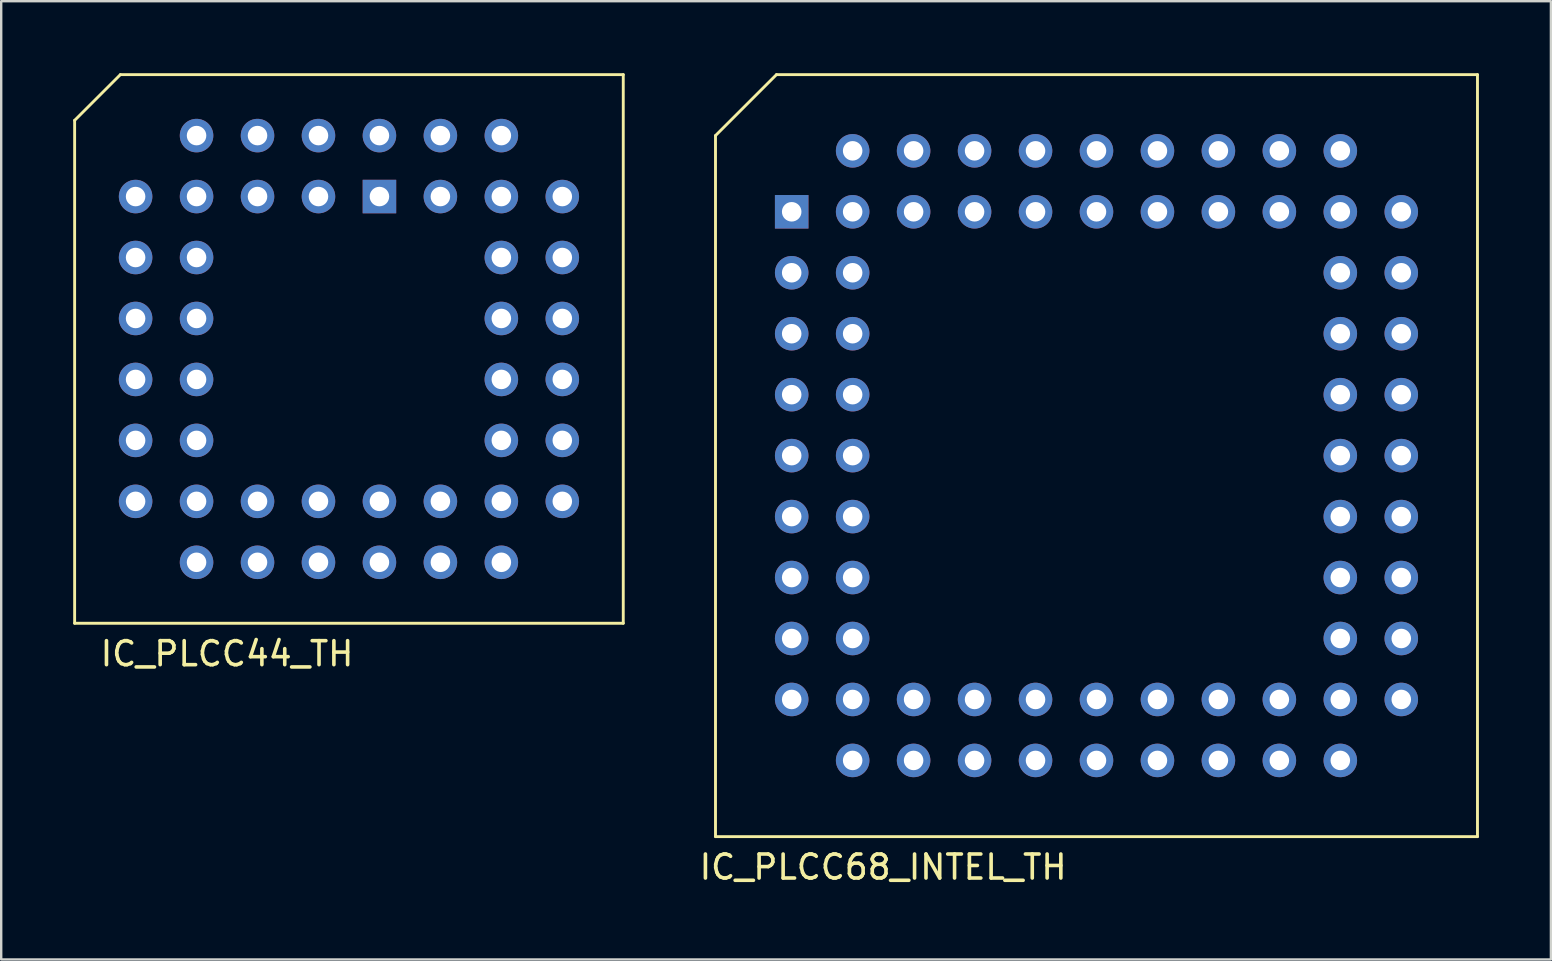
<source format=kicad_pcb>
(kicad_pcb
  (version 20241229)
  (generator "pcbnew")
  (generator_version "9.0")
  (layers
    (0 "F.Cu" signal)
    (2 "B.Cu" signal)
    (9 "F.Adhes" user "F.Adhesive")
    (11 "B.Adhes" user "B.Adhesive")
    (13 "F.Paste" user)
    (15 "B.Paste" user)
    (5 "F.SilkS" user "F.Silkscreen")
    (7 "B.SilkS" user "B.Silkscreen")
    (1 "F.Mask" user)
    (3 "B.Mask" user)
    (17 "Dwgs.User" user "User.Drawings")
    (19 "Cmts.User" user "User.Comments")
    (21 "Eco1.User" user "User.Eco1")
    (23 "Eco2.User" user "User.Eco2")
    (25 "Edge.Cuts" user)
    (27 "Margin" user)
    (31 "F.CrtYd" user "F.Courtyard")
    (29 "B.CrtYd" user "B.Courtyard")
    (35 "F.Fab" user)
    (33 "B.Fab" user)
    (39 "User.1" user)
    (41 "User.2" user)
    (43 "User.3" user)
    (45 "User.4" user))
  (footprint "IC_PLCC68_INTEL_TH"
    (layer "F.Cu")
    (at 42.638 15.935)
    (property "Reference" "IC_PLCC68_INTEL_TH" (at -8.89 17.145 0) (layer "F.SilkS") (effects (font (size 1 1) (thickness 0.15))))
    (attr through_hole)
    (fp_line (start -15.875 -13.335) (end -15.875 15.875) (stroke (width 0.12) (type solid)) (layer "F.SilkS"))
    (fp_line (start -15.875 -13.335) (end -13.335 -15.875) (stroke (width 0.12) (type solid)) (layer "F.SilkS"))
    (fp_line (start -13.335 -15.875) (end 15.875 -15.875) (stroke (width 0.12) (type solid)) (layer "F.SilkS"))
    (fp_line (start 15.875 -15.875) (end 15.875 15.875) (stroke (width 0.12) (type solid)) (layer "F.SilkS"))
    (fp_line (start 15.875 15.875) (end -15.875 15.875) (stroke (width 0.12) (type solid)) (layer "F.SilkS"))
    (pad "1" thru_hole rect (at -12.7 -10.16 270) (size 1.397 1.397) (drill 0.813) (layers "*.Cu" "*.Mask"))
    (pad "2" thru_hole circle (at -10.16 -10.16 270) (size 1.397 1.397) (drill 0.813) (layers "*.Cu" "*.Mask"))
    (pad "3" thru_hole circle (at -12.7 -7.62 270) (size 1.397 1.397) (drill 0.813) (layers "*.Cu" "*.Mask"))
    (pad "4" thru_hole circle (at -10.16 -7.62 270) (size 1.397 1.397) (drill 0.813) (layers "*.Cu" "*.Mask"))
    (pad "5" thru_hole circle (at -12.7 -5.08 270) (size 1.397 1.397) (drill 0.813) (layers "*.Cu" "*.Mask"))
    (pad "6" thru_hole circle (at -10.16 -5.08 270) (size 1.397 1.397) (drill 0.813) (layers "*.Cu" "*.Mask"))
    (pad "7" thru_hole circle (at -12.7 -2.54 270) (size 1.397 1.397) (drill 0.813) (layers "*.Cu" "*.Mask"))
    (pad "8" thru_hole circle (at -10.16 -2.54 270) (size 1.397 1.397) (drill 0.813) (layers "*.Cu" "*.Mask"))
    (pad "9" thru_hole circle (at -12.7 0 270) (size 1.397 1.397) (drill 0.813) (layers "*.Cu" "*.Mask"))
    (pad "10" thru_hole circle (at -10.16 0 270) (size 1.397 1.397) (drill 0.813) (layers "*.Cu" "*.Mask"))
    (pad "11" thru_hole circle (at -12.7 2.54 270) (size 1.397 1.397) (drill 0.813) (layers "*.Cu" "*.Mask"))
    (pad "12" thru_hole circle (at -10.16 2.54 270) (size 1.397 1.397) (drill 0.813) (layers "*.Cu" "*.Mask"))
    (pad "13" thru_hole circle (at -12.7 5.08 270) (size 1.397 1.397) (drill 0.813) (layers "*.Cu" "*.Mask"))
    (pad "14" thru_hole circle (at -10.16 5.08 270) (size 1.397 1.397) (drill 0.813) (layers "*.Cu" "*.Mask"))
    (pad "15" thru_hole circle (at -12.7 7.62 270) (size 1.397 1.397) (drill 0.813) (layers "*.Cu" "*.Mask"))
    (pad "16" thru_hole circle (at -10.16 7.62 270) (size 1.397 1.397) (drill 0.813) (layers "*.Cu" "*.Mask"))
    (pad "17" thru_hole circle (at -12.7 10.16 270) (size 1.397 1.397) (drill 0.813) (layers "*.Cu" "*.Mask"))
    (pad "18" thru_hole circle (at -10.16 12.7 270) (size 1.397 1.397) (drill 0.813) (layers "*.Cu" "*.Mask"))
    (pad "19" thru_hole circle (at -10.16 10.16 270) (size 1.397 1.397) (drill 0.813) (layers "*.Cu" "*.Mask"))
    (pad "20" thru_hole circle (at -7.62 12.7) (size 1.397 1.397) (drill 0.813) (layers "*.Cu" "*.Mask"))
    (pad "21" thru_hole circle (at -7.62 10.16) (size 1.397 1.397) (drill 0.813) (layers "*.Cu" "*.Mask"))
    (pad "22" thru_hole circle (at -5.08 12.7) (size 1.397 1.397) (drill 0.813) (layers "*.Cu" "*.Mask"))
    (pad "23" thru_hole circle (at -5.08 10.16) (size 1.397 1.397) (drill 0.813) (layers "*.Cu" "*.Mask"))
    (pad "24" thru_hole circle (at -2.54 12.7) (size 1.397 1.397) (drill 0.813) (layers "*.Cu" "*.Mask"))
    (pad "25" thru_hole circle (at -2.54 10.16) (size 1.397 1.397) (drill 0.813) (layers "*.Cu" "*.Mask"))
    (pad "26" thru_hole circle (at 0 12.7 270) (size 1.397 1.397) (drill 0.813) (layers "*.Cu" "*.Mask"))
    (pad "27" thru_hole circle (at 0 10.16 270) (size 1.397 1.397) (drill 0.813) (layers "*.Cu" "*.Mask"))
    (pad "28" thru_hole circle (at 2.54 12.7 270) (size 1.397 1.397) (drill 0.813) (layers "*.Cu" "*.Mask"))
    (pad "29" thru_hole circle (at 2.54 10.16 270) (size 1.397 1.397) (drill 0.813) (layers "*.Cu" "*.Mask"))
    (pad "30" thru_hole circle (at 5.08 12.7 270) (size 1.397 1.397) (drill 0.813) (layers "*.Cu" "*.Mask"))
    (pad "31" thru_hole circle (at 5.08 10.16 270) (size 1.397 1.397) (drill 0.813) (layers "*.Cu" "*.Mask"))
    (pad "32" thru_hole circle (at 7.62 12.7 270) (size 1.397 1.397) (drill 0.813) (layers "*.Cu" "*.Mask"))
    (pad "33" thru_hole circle (at 7.62 10.16) (size 1.397 1.397) (drill 0.813) (layers "*.Cu" "*.Mask"))
    (pad "34" thru_hole circle (at 10.16 12.7) (size 1.397 1.397) (drill 0.813) (layers "*.Cu" "*.Mask"))
    (pad "35" thru_hole circle (at 12.7 10.16) (size 1.397 1.397) (drill 0.813) (layers "*.Cu" "*.Mask"))
    (pad "36" thru_hole circle (at 10.16 10.16) (size 1.397 1.397) (drill 0.813) (layers "*.Cu" "*.Mask"))
    (pad "37" thru_hole circle (at 12.7 7.62) (size 1.397 1.397) (drill 0.813) (layers "*.Cu" "*.Mask"))
    (pad "38" thru_hole circle (at 10.16 7.62) (size 1.397 1.397) (drill 0.813) (layers "*.Cu" "*.Mask"))
    (pad "39" thru_hole circle (at 12.7 5.08) (size 1.397 1.397) (drill 0.813) (layers "*.Cu" "*.Mask"))
    (pad "40" thru_hole circle (at 10.16 5.08) (size 1.397 1.397) (drill 0.813) (layers "*.Cu" "*.Mask"))
    (pad "41" thru_hole circle (at 12.7 2.54) (size 1.397 1.397) (drill 0.813) (layers "*.Cu" "*.Mask"))
    (pad "42" thru_hole circle (at 10.16 2.54) (size 1.397 1.397) (drill 0.813) (layers "*.Cu" "*.Mask"))
    (pad "43" thru_hole circle (at 12.7 0 270) (size 1.397 1.397) (drill 0.813) (layers "*.Cu" "*.Mask"))
    (pad "44" thru_hole circle (at 10.16 0 270) (size 1.397 1.397) (drill 0.813) (layers "*.Cu" "*.Mask"))
    (pad "45" thru_hole circle (at 12.7 -2.54 270) (size 1.397 1.397) (drill 0.813) (layers "*.Cu" "*.Mask"))
    (pad "46" thru_hole circle (at 10.16 -2.54 270) (size 1.397 1.397) (drill 0.813) (layers "*.Cu" "*.Mask"))
    (pad "47" thru_hole circle (at 12.7 -5.08 270) (size 1.397 1.397) (drill 0.813) (layers "*.Cu" "*.Mask"))
    (pad "48" thru_hole circle (at 10.16 -5.08 270) (size 1.397 1.397) (drill 0.813) (layers "*.Cu" "*.Mask"))
    (pad "49" thru_hole circle (at 12.7 -7.62 270) (size 1.397 1.397) (drill 0.813) (layers "*.Cu" "*.Mask"))
    (pad "50" thru_hole circle (at 10.16 -7.62 270) (size 1.397 1.397) (drill 0.813) (layers "*.Cu" "*.Mask"))
    (pad "51" thru_hole circle (at 12.7 -10.16 270) (size 1.397 1.397) (drill 0.813) (layers "*.Cu" "*.Mask"))
    (pad "52" thru_hole circle (at 10.16 -12.7) (size 1.397 1.397) (drill 0.813) (layers "*.Cu" "*.Mask"))
    (pad "53" thru_hole circle (at 10.16 -10.16) (size 1.397 1.397) (drill 0.813) (layers "*.Cu" "*.Mask"))
    (pad "54" thru_hole circle (at 7.62 -12.7) (size 1.397 1.397) (drill 0.813) (layers "*.Cu" "*.Mask"))
    (pad "55" thru_hole circle (at 7.62 -10.16) (size 1.397 1.397) (drill 0.813) (layers "*.Cu" "*.Mask"))
    (pad "56" thru_hole circle (at 5.08 -12.7) (size 1.397 1.397) (drill 0.813) (layers "*.Cu" "*.Mask"))
    (pad "57" thru_hole circle (at 5.08 -10.16) (size 1.397 1.397) (drill 0.813) (layers "*.Cu" "*.Mask"))
    (pad "58" thru_hole circle (at 2.54 -12.7) (size 1.397 1.397) (drill 0.813) (layers "*.Cu" "*.Mask"))
    (pad "59" thru_hole circle (at 2.54 -10.16) (size 1.397 1.397) (drill 0.813) (layers "*.Cu" "*.Mask"))
    (pad "60" thru_hole circle (at 0 -12.7 270) (size 1.397 1.397) (drill 0.813) (layers "*.Cu" "*.Mask"))
    (pad "61" thru_hole circle (at 0 -10.16 270) (size 1.397 1.397) (drill 0.813) (layers "*.Cu" "*.Mask"))
    (pad "62" thru_hole circle (at -2.54 -12.7 270) (size 1.397 1.397) (drill 0.813) (layers "*.Cu" "*.Mask"))
    (pad "63" thru_hole circle (at -2.54 -10.16 270) (size 1.397 1.397) (drill 0.813) (layers "*.Cu" "*.Mask"))
    (pad "64" thru_hole circle (at -5.08 -12.7 270) (size 1.397 1.397) (drill 0.813) (layers "*.Cu" "*.Mask"))
    (pad "65" thru_hole circle (at -5.08 -10.16 270) (size 1.397 1.397) (drill 0.813) (layers "*.Cu" "*.Mask"))
    (pad "66" thru_hole circle (at -7.62 -12.7 270) (size 1.397 1.397) (drill 0.813) (layers "*.Cu" "*.Mask"))
    (pad "67" thru_hole circle (at -7.62 -10.16 270) (size 1.397 1.397) (drill 0.813) (layers "*.Cu" "*.Mask"))
    (pad "68" thru_hole circle (at -10.16 -12.7 270) (size 1.397 1.397) (drill 0.813) (layers "*.Cu" "*.Mask")))
  (footprint "IC_PLCC44_TH"
    (layer "F.Cu")
    (at 11.49 11.49)
    (property "Reference" "IC_PLCC44_TH" (at -5.08 12.7 0) (layer "F.SilkS") (effects (font (size 1 1) (thickness 0.15))))
    (attr through_hole)
    (fp_line (start -11.43 -9.525) (end -9.525 -11.43) (stroke (width 0.12) (type solid)) (layer "F.SilkS"))
    (fp_line (start -11.43 11.43) (end -11.43 -9.525) (stroke (width 0.12) (type solid)) (layer "F.SilkS"))
    (fp_line (start -9.525 -11.43) (end 11.43 -11.43) (stroke (width 0.12) (type solid)) (layer "F.SilkS"))
    (fp_line (start 11.43 -11.43) (end 11.43 11.43) (stroke (width 0.12) (type solid)) (layer "F.SilkS"))
    (fp_line (start 11.43 11.43) (end -11.43 11.43) (stroke (width 0.12) (type solid)) (layer "F.SilkS"))
    (pad "1" thru_hole rect (at 1.27 -6.35 270) (size 1.397 1.397) (drill 0.813) (layers "*.Cu" "*.Mask"))
    (pad "2" thru_hole circle (at -1.27 -8.89 270) (size 1.397 1.397) (drill 0.813) (layers "*.Cu" "*.Mask"))
    (pad "3" thru_hole circle (at -1.27 -6.35 270) (size 1.397 1.397) (drill 0.813) (layers "*.Cu" "*.Mask"))
    (pad "4" thru_hole circle (at -3.81 -8.89 270) (size 1.397 1.397) (drill 0.813) (layers "*.Cu" "*.Mask"))
    (pad "5" thru_hole circle (at -3.81 -6.35 270) (size 1.397 1.397) (drill 0.813) (layers "*.Cu" "*.Mask"))
    (pad "6" thru_hole circle (at -6.35 -8.89 270) (size 1.397 1.397) (drill 0.813) (layers "*.Cu" "*.Mask"))
    (pad "7" thru_hole circle (at -8.89 -6.35 270) (size 1.397 1.397) (drill 0.813) (layers "*.Cu" "*.Mask"))
    (pad "8" thru_hole circle (at -6.35 -6.35 270) (size 1.397 1.397) (drill 0.813) (layers "*.Cu" "*.Mask"))
    (pad "9" thru_hole circle (at -8.89 -3.81 270) (size 1.397 1.397) (drill 0.813) (layers "*.Cu" "*.Mask"))
    (pad "10" thru_hole circle (at -6.35 -3.81 270) (size 1.397 1.397) (drill 0.813) (layers "*.Cu" "*.Mask"))
    (pad "11" thru_hole circle (at -8.89 -1.27 270) (size 1.397 1.397) (drill 0.813) (layers "*.Cu" "*.Mask"))
    (pad "12" thru_hole circle (at -6.35 -1.27 270) (size 1.397 1.397) (drill 0.813) (layers "*.Cu" "*.Mask"))
    (pad "13" thru_hole circle (at -8.89 1.27 270) (size 1.397 1.397) (drill 0.813) (layers "*.Cu" "*.Mask"))
    (pad "14" thru_hole circle (at -6.35 1.27 270) (size 1.397 1.397) (drill 0.813) (layers "*.Cu" "*.Mask"))
    (pad "15" thru_hole circle (at -8.89 3.81 270) (size 1.397 1.397) (drill 0.813) (layers "*.Cu" "*.Mask"))
    (pad "16" thru_hole circle (at -6.35 3.81 270) (size 1.397 1.397) (drill 0.813) (layers "*.Cu" "*.Mask"))
    (pad "17" thru_hole circle (at -8.89 6.35 270) (size 1.397 1.397) (drill 0.813) (layers "*.Cu" "*.Mask"))
    (pad "18" thru_hole circle (at -6.35 8.89 270) (size 1.397 1.397) (drill 0.813) (layers "*.Cu" "*.Mask"))
    (pad "19" thru_hole circle (at -6.35 6.35 270) (size 1.397 1.397) (drill 0.813) (layers "*.Cu" "*.Mask"))
    (pad "20" thru_hole circle (at -3.81 8.89 270) (size 1.397 1.397) (drill 0.813) (layers "*.Cu" "*.Mask"))
    (pad "21" thru_hole circle (at -3.81 6.35 270) (size 1.397 1.397) (drill 0.813) (layers "*.Cu" "*.Mask"))
    (pad "22" thru_hole circle (at -1.27 8.89 270) (size 1.397 1.397) (drill 0.813) (layers "*.Cu" "*.Mask"))
    (pad "23" thru_hole circle (at -1.27 6.35 270) (size 1.397 1.397) (drill 0.813) (layers "*.Cu" "*.Mask"))
    (pad "24" thru_hole circle (at 1.27 8.89 270) (size 1.397 1.397) (drill 0.813) (layers "*.Cu" "*.Mask"))
    (pad "25" thru_hole circle (at 1.27 6.35 270) (size 1.397 1.397) (drill 0.813) (layers "*.Cu" "*.Mask"))
    (pad "26" thru_hole circle (at 3.81 8.89 270) (size 1.397 1.397) (drill 0.813) (layers "*.Cu" "*.Mask"))
    (pad "27" thru_hole circle (at 3.81 6.35 270) (size 1.397 1.397) (drill 0.813) (layers "*.Cu" "*.Mask"))
    (pad "28" thru_hole circle (at 6.35 8.89 270) (size 1.397 1.397) (drill 0.813) (layers "*.Cu" "*.Mask"))
    (pad "29" thru_hole circle (at 8.89 6.35 270) (size 1.397 1.397) (drill 0.813) (layers "*.Cu" "*.Mask"))
    (pad "30" thru_hole circle (at 6.35 6.35 270) (size 1.397 1.397) (drill 0.813) (layers "*.Cu" "*.Mask"))
    (pad "31" thru_hole circle (at 8.89 3.81 270) (size 1.397 1.397) (drill 0.813) (layers "*.Cu" "*.Mask"))
    (pad "32" thru_hole circle (at 6.35 3.81 270) (size 1.397 1.397) (drill 0.813) (layers "*.Cu" "*.Mask"))
    (pad "33" thru_hole circle (at 8.89 1.27 270) (size 1.397 1.397) (drill 0.813) (layers "*.Cu" "*.Mask"))
    (pad "34" thru_hole circle (at 6.35 1.27 270) (size 1.397 1.397) (drill 0.813) (layers "*.Cu" "*.Mask"))
    (pad "35" thru_hole circle (at 8.89 -1.27 270) (size 1.397 1.397) (drill 0.813) (layers "*.Cu" "*.Mask"))
    (pad "36" thru_hole circle (at 6.35 -1.27 270) (size 1.397 1.397) (drill 0.813) (layers "*.Cu" "*.Mask"))
    (pad "37" thru_hole circle (at 8.89 -3.81 270) (size 1.397 1.397) (drill 0.813) (layers "*.Cu" "*.Mask"))
    (pad "38" thru_hole circle (at 6.35 -3.81 270) (size 1.397 1.397) (drill 0.813) (layers "*.Cu" "*.Mask"))
    (pad "39" thru_hole circle (at 8.89 -6.35 270) (size 1.397 1.397) (drill 0.813) (layers "*.Cu" "*.Mask"))
    (pad "40" thru_hole circle (at 6.35 -8.89 270) (size 1.397 1.397) (drill 0.813) (layers "*.Cu" "*.Mask"))
    (pad "41" thru_hole circle (at 6.35 -6.35 270) (size 1.397 1.397) (drill 0.813) (layers "*.Cu" "*.Mask"))
    (pad "42" thru_hole circle (at 3.81 -8.89 270) (size 1.397 1.397) (drill 0.813) (layers "*.Cu" "*.Mask"))
    (pad "43" thru_hole circle (at 3.81 -6.35 270) (size 1.397 1.397) (drill 0.813) (layers "*.Cu" "*.Mask"))
    (pad "44" thru_hole circle (at 1.27 -8.89 270) (size 1.397 1.397) (drill 0.813) (layers "*.Cu" "*.Mask")))
  (gr_rect
    (start -3 -3)
    (end 61.573 36.928)
    (stroke (width 0.1) (type default))
    (fill no)
    (layer "Edge.Cuts")))
</source>
